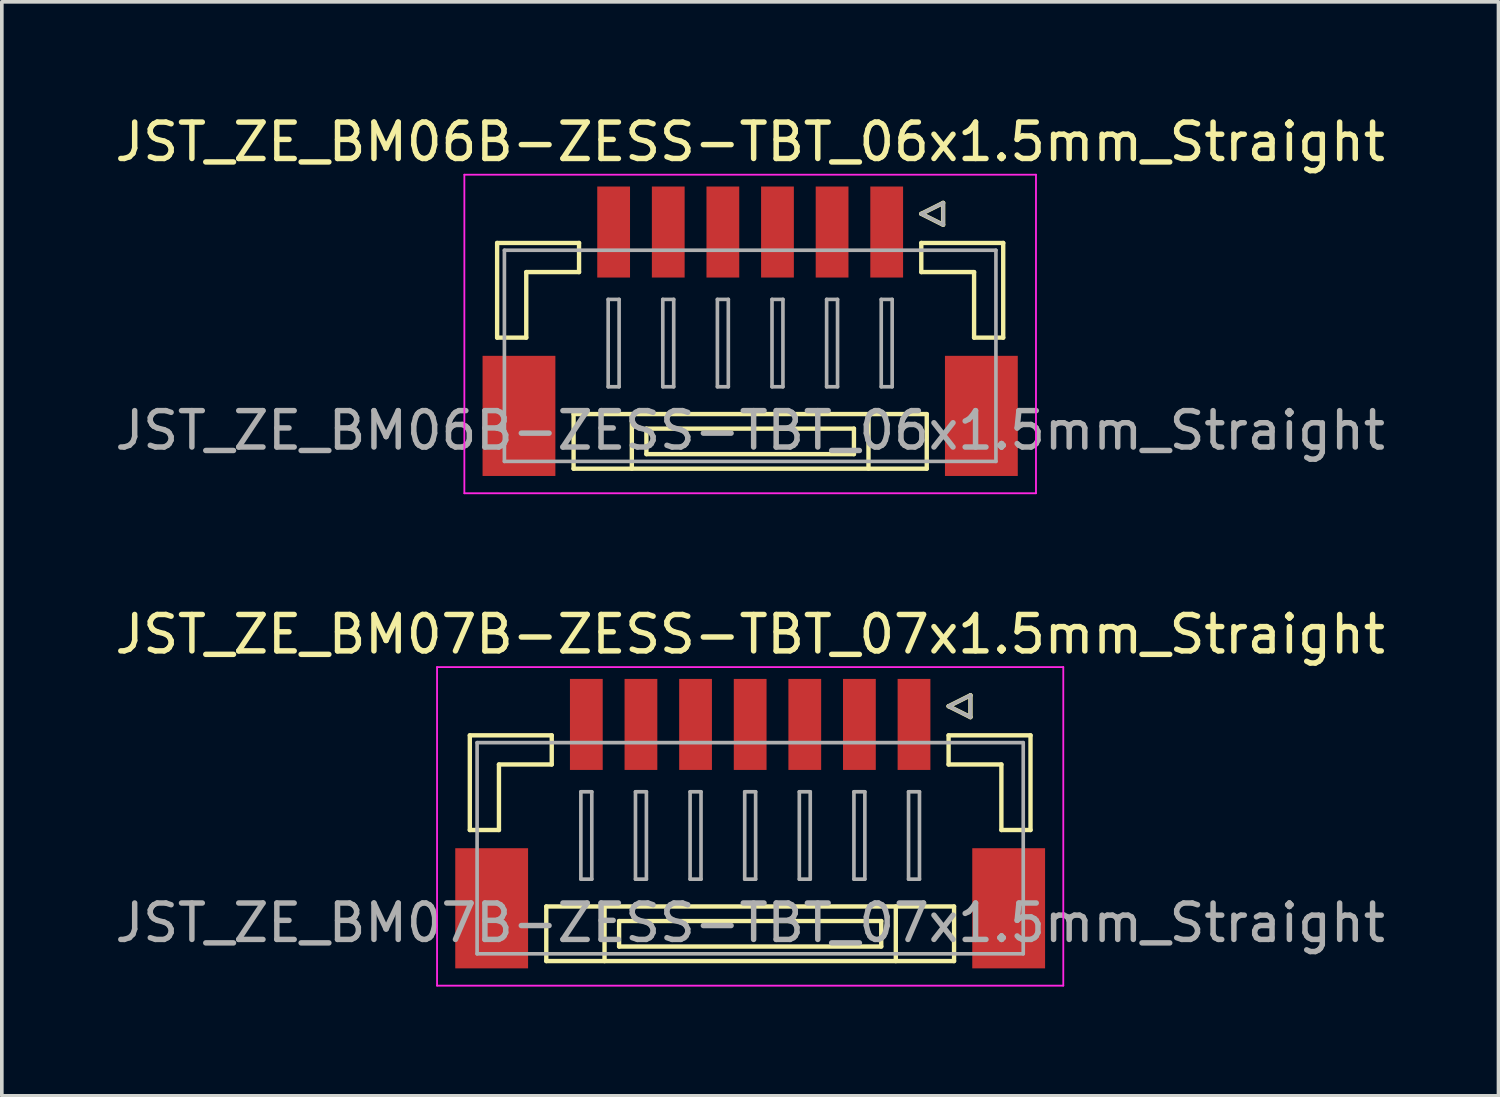
<source format=kicad_pcb>
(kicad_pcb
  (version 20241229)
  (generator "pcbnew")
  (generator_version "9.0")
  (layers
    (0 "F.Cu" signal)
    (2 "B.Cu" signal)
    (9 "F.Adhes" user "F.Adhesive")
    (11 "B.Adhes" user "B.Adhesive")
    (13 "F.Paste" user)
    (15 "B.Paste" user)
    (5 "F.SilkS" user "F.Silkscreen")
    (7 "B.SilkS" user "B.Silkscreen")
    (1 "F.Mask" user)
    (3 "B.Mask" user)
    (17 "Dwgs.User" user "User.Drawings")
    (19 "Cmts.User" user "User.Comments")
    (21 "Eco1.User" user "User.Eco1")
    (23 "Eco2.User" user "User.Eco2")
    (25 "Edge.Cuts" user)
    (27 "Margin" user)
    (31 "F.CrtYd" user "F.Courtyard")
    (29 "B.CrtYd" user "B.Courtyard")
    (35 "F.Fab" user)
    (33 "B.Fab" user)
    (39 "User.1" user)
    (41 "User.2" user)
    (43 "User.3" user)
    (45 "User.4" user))
  (footprint "JST_ZE_BM07B-ZESS-TBT_07x1.5mm_Straight"
    (layer "F.Cu")
    (at 17.554 19.372)
    (property "Reference" "JST_ZE_BM07B-ZESS-TBT_07x1.5mm_Straight" (at 0 -5 0) (layer "F.SilkS") (effects (font (size 1 1) (thickness 0.15))))
    (attr smd)
    (fp_line (start -7.7 -2.225) (end -7.7 0.375) (stroke (width 0.12) (type solid)) (layer "F.SilkS"))
    (fp_line (start -7.7 0.375) (end -6.9 0.375) (stroke (width 0.12) (type solid)) (layer "F.SilkS"))
    (fp_line (start -6.9 -1.425) (end -5.45 -1.425) (stroke (width 0.12) (type solid)) (layer "F.SilkS"))
    (fp_line (start -6.9 0.375) (end -6.9 -1.425) (stroke (width 0.12) (type solid)) (layer "F.SilkS"))
    (fp_line (start -5.6 2.475) (end -5.6 3.975) (stroke (width 0.12) (type solid)) (layer "F.SilkS"))
    (fp_line (start -5.6 3.975) (end 5.6 3.975) (stroke (width 0.12) (type solid)) (layer "F.SilkS"))
    (fp_line (start -5.45 -2.225) (end -7.7 -2.225) (stroke (width 0.12) (type solid)) (layer "F.SilkS"))
    (fp_line (start -5.45 -1.425) (end -5.45 -2.225) (stroke (width 0.12) (type solid)) (layer "F.SilkS"))
    (fp_line (start -4 2.475) (end -4 3.975) (stroke (width 0.12) (type solid)) (layer "F.SilkS"))
    (fp_line (start -3.6 2.875) (end -3.6 3.575) (stroke (width 0.12) (type solid)) (layer "F.SilkS"))
    (fp_line (start -3.6 3.575) (end 3.6 3.575) (stroke (width 0.12) (type solid)) (layer "F.SilkS"))
    (fp_line (start 3.6 2.875) (end -3.6 2.875) (stroke (width 0.12) (type solid)) (layer "F.SilkS"))
    (fp_line (start 3.6 3.575) (end 3.6 2.875) (stroke (width 0.12) (type solid)) (layer "F.SilkS"))
    (fp_line (start 4 2.475) (end 4 3.975) (stroke (width 0.12) (type solid)) (layer "F.SilkS"))
    (fp_line (start 5.45 -3.025) (end 6.05 -3.325) (stroke (width 0.12) (type solid)) (layer "F.SilkS"))
    (fp_line (start 5.45 -2.225) (end 7.7 -2.225) (stroke (width 0.12) (type solid)) (layer "F.SilkS"))
    (fp_line (start 5.45 -1.425) (end 5.45 -2.225) (stroke (width 0.12) (type solid)) (layer "F.SilkS"))
    (fp_line (start 5.6 2.475) (end -5.6 2.475) (stroke (width 0.12) (type solid)) (layer "F.SilkS"))
    (fp_line (start 5.6 3.975) (end 5.6 2.475) (stroke (width 0.12) (type solid)) (layer "F.SilkS"))
    (fp_line (start 6.05 -3.325) (end 6.05 -2.725) (stroke (width 0.12) (type solid)) (layer "F.SilkS"))
    (fp_line (start 6.05 -2.725) (end 5.45 -3.025) (stroke (width 0.12) (type solid)) (layer "F.SilkS"))
    (fp_line (start 6.9 -1.425) (end 5.45 -1.425) (stroke (width 0.12) (type solid)) (layer "F.SilkS"))
    (fp_line (start 6.9 0.375) (end 6.9 -1.425) (stroke (width 0.12) (type solid)) (layer "F.SilkS"))
    (fp_line (start 7.7 -2.225) (end 7.7 0.375) (stroke (width 0.12) (type solid)) (layer "F.SilkS"))
    (fp_line (start 7.7 0.375) (end 6.9 0.375) (stroke (width 0.12) (type solid)) (layer "F.SilkS"))
    (fp_line (start -8.6 -4.1) (end -8.6 4.65) (stroke (width 0.05) (type solid)) (layer "F.CrtYd"))
    (fp_line (start -8.6 4.65) (end 8.6 4.65) (stroke (width 0.05) (type solid)) (layer "F.CrtYd"))
    (fp_line (start 8.6 -4.1) (end -8.6 -4.1) (stroke (width 0.05) (type solid)) (layer "F.CrtYd"))
    (fp_line (start 8.6 4.65) (end 8.6 -4.1) (stroke (width 0.05) (type solid)) (layer "F.CrtYd"))
    (fp_line (start -7.5 -2.025) (end -7.5 3.775) (stroke (width 0.1) (type solid)) (layer "F.Fab"))
    (fp_line (start -7.5 3.775) (end 7.5 3.775) (stroke (width 0.1) (type solid)) (layer "F.Fab"))
    (fp_line (start -4.65 -0.675) (end -4.65 1.725) (stroke (width 0.1) (type solid)) (layer "F.Fab"))
    (fp_line (start -4.65 1.725) (end -4.35 1.725) (stroke (width 0.1) (type solid)) (layer "F.Fab"))
    (fp_line (start -4.35 -0.675) (end -4.65 -0.675) (stroke (width 0.1) (type solid)) (layer "F.Fab"))
    (fp_line (start -4.35 1.725) (end -4.35 -0.675) (stroke (width 0.1) (type solid)) (layer "F.Fab"))
    (fp_line (start -3.15 -0.675) (end -3.15 1.725) (stroke (width 0.1) (type solid)) (layer "F.Fab"))
    (fp_line (start -3.15 1.725) (end -2.85 1.725) (stroke (width 0.1) (type solid)) (layer "F.Fab"))
    (fp_line (start -2.85 -0.675) (end -3.15 -0.675) (stroke (width 0.1) (type solid)) (layer "F.Fab"))
    (fp_line (start -2.85 1.725) (end -2.85 -0.675) (stroke (width 0.1) (type solid)) (layer "F.Fab"))
    (fp_line (start -1.65 -0.675) (end -1.65 1.725) (stroke (width 0.1) (type solid)) (layer "F.Fab"))
    (fp_line (start -1.65 1.725) (end -1.35 1.725) (stroke (width 0.1) (type solid)) (layer "F.Fab"))
    (fp_line (start -1.35 -0.675) (end -1.65 -0.675) (stroke (width 0.1) (type solid)) (layer "F.Fab"))
    (fp_line (start -1.35 1.725) (end -1.35 -0.675) (stroke (width 0.1) (type solid)) (layer "F.Fab"))
    (fp_line (start -0.15 -0.675) (end -0.15 1.725) (stroke (width 0.1) (type solid)) (layer "F.Fab"))
    (fp_line (start -0.15 1.725) (end 0.15 1.725) (stroke (width 0.1) (type solid)) (layer "F.Fab"))
    (fp_line (start 0.15 -0.675) (end -0.15 -0.675) (stroke (width 0.1) (type solid)) (layer "F.Fab"))
    (fp_line (start 0.15 1.725) (end 0.15 -0.675) (stroke (width 0.1) (type solid)) (layer "F.Fab"))
    (fp_line (start 1.35 -0.675) (end 1.35 1.725) (stroke (width 0.1) (type solid)) (layer "F.Fab"))
    (fp_line (start 1.35 1.725) (end 1.65 1.725) (stroke (width 0.1) (type solid)) (layer "F.Fab"))
    (fp_line (start 1.65 -0.675) (end 1.35 -0.675) (stroke (width 0.1) (type solid)) (layer "F.Fab"))
    (fp_line (start 1.65 1.725) (end 1.65 -0.675) (stroke (width 0.1) (type solid)) (layer "F.Fab"))
    (fp_line (start 2.85 -0.675) (end 2.85 1.725) (stroke (width 0.1) (type solid)) (layer "F.Fab"))
    (fp_line (start 2.85 1.725) (end 3.15 1.725) (stroke (width 0.1) (type solid)) (layer "F.Fab"))
    (fp_line (start 3.15 -0.675) (end 2.85 -0.675) (stroke (width 0.1) (type solid)) (layer "F.Fab"))
    (fp_line (start 3.15 1.725) (end 3.15 -0.675) (stroke (width 0.1) (type solid)) (layer "F.Fab"))
    (fp_line (start 4.35 -0.675) (end 4.35 1.725) (stroke (width 0.1) (type solid)) (layer "F.Fab"))
    (fp_line (start 4.35 1.725) (end 4.65 1.725) (stroke (width 0.1) (type solid)) (layer "F.Fab"))
    (fp_line (start 4.65 -0.675) (end 4.35 -0.675) (stroke (width 0.1) (type solid)) (layer "F.Fab"))
    (fp_line (start 4.65 1.725) (end 4.65 -0.675) (stroke (width 0.1) (type solid)) (layer "F.Fab"))
    (fp_line (start 5.45 -3.025) (end 6.05 -3.325) (stroke (width 0.1) (type solid)) (layer "F.Fab"))
    (fp_line (start 6.05 -3.325) (end 6.05 -2.725) (stroke (width 0.1) (type solid)) (layer "F.Fab"))
    (fp_line (start 6.05 -2.725) (end 5.45 -3.025) (stroke (width 0.1) (type solid)) (layer "F.Fab"))
    (fp_line (start 7.5 -2.025) (end -7.5 -2.025) (stroke (width 0.1) (type solid)) (layer "F.Fab"))
    (fp_line (start 7.5 3.775) (end 7.5 -2.025) (stroke (width 0.1) (type solid)) (layer "F.Fab"))
    (fp_text user "${REFERENCE}" (at 0 2.925 0) (layer "F.Fab") (effects (font (size 1 1) (thickness 0.15))))
    (pad "" smd rect (at -7.1 2.525) (size 2 3.3) (layers "F.Cu" "F.Mask" "F.Paste"))
    (pad "" smd rect (at 7.1 2.525) (size 2 3.3) (layers "F.Cu" "F.Mask" "F.Paste"))
    (pad "1" smd rect (at 4.5 -2.525) (size 0.9 2.5) (layers "F.Cu" "F.Mask" "F.Paste"))
    (pad "2" smd rect (at 3 -2.525) (size 0.9 2.5) (layers "F.Cu" "F.Mask" "F.Paste"))
    (pad "3" smd rect (at 1.5 -2.525) (size 0.9 2.5) (layers "F.Cu" "F.Mask" "F.Paste"))
    (pad "4" smd rect (at 0 -2.525) (size 0.9 2.5) (layers "F.Cu" "F.Mask" "F.Paste"))
    (pad "5" smd rect (at -1.5 -2.525) (size 0.9 2.5) (layers "F.Cu" "F.Mask" "F.Paste"))
    (pad "6" smd rect (at -3 -2.525) (size 0.9 2.5) (layers "F.Cu" "F.Mask" "F.Paste"))
    (pad "7" smd rect (at -4.5 -2.525) (size 0.9 2.5) (layers "F.Cu" "F.Mask" "F.Paste")))
  (footprint "JST_ZE_BM06B-ZESS-TBT_06x1.5mm_Straight"
    (layer "F.Cu")
    (at 17.554 5.848)
    (property "Reference" "JST_ZE_BM06B-ZESS-TBT_06x1.5mm_Straight" (at 0 -5 0) (layer "F.SilkS") (effects (font (size 1 1) (thickness 0.15))))
    (attr smd)
    (fp_line (start -6.95 -2.225) (end -6.95 0.375) (stroke (width 0.12) (type solid)) (layer "F.SilkS"))
    (fp_line (start -6.95 0.375) (end -6.15 0.375) (stroke (width 0.12) (type solid)) (layer "F.SilkS"))
    (fp_line (start -6.15 -1.425) (end -4.7 -1.425) (stroke (width 0.12) (type solid)) (layer "F.SilkS"))
    (fp_line (start -6.15 0.375) (end -6.15 -1.425) (stroke (width 0.12) (type solid)) (layer "F.SilkS"))
    (fp_line (start -4.85 2.475) (end -4.85 3.975) (stroke (width 0.12) (type solid)) (layer "F.SilkS"))
    (fp_line (start -4.85 3.975) (end 4.85 3.975) (stroke (width 0.12) (type solid)) (layer "F.SilkS"))
    (fp_line (start -4.7 -2.225) (end -6.95 -2.225) (stroke (width 0.12) (type solid)) (layer "F.SilkS"))
    (fp_line (start -4.7 -1.425) (end -4.7 -2.225) (stroke (width 0.12) (type solid)) (layer "F.SilkS"))
    (fp_line (start -3.25 2.475) (end -3.25 3.975) (stroke (width 0.12) (type solid)) (layer "F.SilkS"))
    (fp_line (start -2.85 2.875) (end -2.85 3.575) (stroke (width 0.12) (type solid)) (layer "F.SilkS"))
    (fp_line (start -2.85 3.575) (end 2.85 3.575) (stroke (width 0.12) (type solid)) (layer "F.SilkS"))
    (fp_line (start 2.85 2.875) (end -2.85 2.875) (stroke (width 0.12) (type solid)) (layer "F.SilkS"))
    (fp_line (start 2.85 3.575) (end 2.85 2.875) (stroke (width 0.12) (type solid)) (layer "F.SilkS"))
    (fp_line (start 3.25 2.475) (end 3.25 3.975) (stroke (width 0.12) (type solid)) (layer "F.SilkS"))
    (fp_line (start 4.7 -3.025) (end 5.3 -3.325) (stroke (width 0.12) (type solid)) (layer "F.SilkS"))
    (fp_line (start 4.7 -2.225) (end 6.95 -2.225) (stroke (width 0.12) (type solid)) (layer "F.SilkS"))
    (fp_line (start 4.7 -1.425) (end 4.7 -2.225) (stroke (width 0.12) (type solid)) (layer "F.SilkS"))
    (fp_line (start 4.85 2.475) (end -4.85 2.475) (stroke (width 0.12) (type solid)) (layer "F.SilkS"))
    (fp_line (start 4.85 3.975) (end 4.85 2.475) (stroke (width 0.12) (type solid)) (layer "F.SilkS"))
    (fp_line (start 5.3 -3.325) (end 5.3 -2.725) (stroke (width 0.12) (type solid)) (layer "F.SilkS"))
    (fp_line (start 5.3 -2.725) (end 4.7 -3.025) (stroke (width 0.12) (type solid)) (layer "F.SilkS"))
    (fp_line (start 6.15 -1.425) (end 4.7 -1.425) (stroke (width 0.12) (type solid)) (layer "F.SilkS"))
    (fp_line (start 6.15 0.375) (end 6.15 -1.425) (stroke (width 0.12) (type solid)) (layer "F.SilkS"))
    (fp_line (start 6.95 -2.225) (end 6.95 0.375) (stroke (width 0.12) (type solid)) (layer "F.SilkS"))
    (fp_line (start 6.95 0.375) (end 6.15 0.375) (stroke (width 0.12) (type solid)) (layer "F.SilkS"))
    (fp_line (start -7.85 -4.1) (end -7.85 4.65) (stroke (width 0.05) (type solid)) (layer "F.CrtYd"))
    (fp_line (start -7.85 4.65) (end 7.85 4.65) (stroke (width 0.05) (type solid)) (layer "F.CrtYd"))
    (fp_line (start 7.85 -4.1) (end -7.85 -4.1) (stroke (width 0.05) (type solid)) (layer "F.CrtYd"))
    (fp_line (start 7.85 4.65) (end 7.85 -4.1) (stroke (width 0.05) (type solid)) (layer "F.CrtYd"))
    (fp_line (start -6.75 -2.025) (end -6.75 3.775) (stroke (width 0.1) (type solid)) (layer "F.Fab"))
    (fp_line (start -6.75 3.775) (end 6.75 3.775) (stroke (width 0.1) (type solid)) (layer "F.Fab"))
    (fp_line (start -3.9 -0.675) (end -3.9 1.725) (stroke (width 0.1) (type solid)) (layer "F.Fab"))
    (fp_line (start -3.9 1.725) (end -3.6 1.725) (stroke (width 0.1) (type solid)) (layer "F.Fab"))
    (fp_line (start -3.6 -0.675) (end -3.9 -0.675) (stroke (width 0.1) (type solid)) (layer "F.Fab"))
    (fp_line (start -3.6 1.725) (end -3.6 -0.675) (stroke (width 0.1) (type solid)) (layer "F.Fab"))
    (fp_line (start -2.4 -0.675) (end -2.4 1.725) (stroke (width 0.1) (type solid)) (layer "F.Fab"))
    (fp_line (start -2.4 1.725) (end -2.1 1.725) (stroke (width 0.1) (type solid)) (layer "F.Fab"))
    (fp_line (start -2.1 -0.675) (end -2.4 -0.675) (stroke (width 0.1) (type solid)) (layer "F.Fab"))
    (fp_line (start -2.1 1.725) (end -2.1 -0.675) (stroke (width 0.1) (type solid)) (layer "F.Fab"))
    (fp_line (start -0.9 -0.675) (end -0.9 1.725) (stroke (width 0.1) (type solid)) (layer "F.Fab"))
    (fp_line (start -0.9 1.725) (end -0.6 1.725) (stroke (width 0.1) (type solid)) (layer "F.Fab"))
    (fp_line (start -0.6 -0.675) (end -0.9 -0.675) (stroke (width 0.1) (type solid)) (layer "F.Fab"))
    (fp_line (start -0.6 1.725) (end -0.6 -0.675) (stroke (width 0.1) (type solid)) (layer "F.Fab"))
    (fp_line (start 0.6 -0.675) (end 0.6 1.725) (stroke (width 0.1) (type solid)) (layer "F.Fab"))
    (fp_line (start 0.6 1.725) (end 0.9 1.725) (stroke (width 0.1) (type solid)) (layer "F.Fab"))
    (fp_line (start 0.9 -0.675) (end 0.6 -0.675) (stroke (width 0.1) (type solid)) (layer "F.Fab"))
    (fp_line (start 0.9 1.725) (end 0.9 -0.675) (stroke (width 0.1) (type solid)) (layer "F.Fab"))
    (fp_line (start 2.1 -0.675) (end 2.1 1.725) (stroke (width 0.1) (type solid)) (layer "F.Fab"))
    (fp_line (start 2.1 1.725) (end 2.4 1.725) (stroke (width 0.1) (type solid)) (layer "F.Fab"))
    (fp_line (start 2.4 -0.675) (end 2.1 -0.675) (stroke (width 0.1) (type solid)) (layer "F.Fab"))
    (fp_line (start 2.4 1.725) (end 2.4 -0.675) (stroke (width 0.1) (type solid)) (layer "F.Fab"))
    (fp_line (start 3.6 -0.675) (end 3.6 1.725) (stroke (width 0.1) (type solid)) (layer "F.Fab"))
    (fp_line (start 3.6 1.725) (end 3.9 1.725) (stroke (width 0.1) (type solid)) (layer "F.Fab"))
    (fp_line (start 3.9 -0.675) (end 3.6 -0.675) (stroke (width 0.1) (type solid)) (layer "F.Fab"))
    (fp_line (start 3.9 1.725) (end 3.9 -0.675) (stroke (width 0.1) (type solid)) (layer "F.Fab"))
    (fp_line (start 4.7 -3.025) (end 5.3 -3.325) (stroke (width 0.1) (type solid)) (layer "F.Fab"))
    (fp_line (start 5.3 -3.325) (end 5.3 -2.725) (stroke (width 0.1) (type solid)) (layer "F.Fab"))
    (fp_line (start 5.3 -2.725) (end 4.7 -3.025) (stroke (width 0.1) (type solid)) (layer "F.Fab"))
    (fp_line (start 6.75 -2.025) (end -6.75 -2.025) (stroke (width 0.1) (type solid)) (layer "F.Fab"))
    (fp_line (start 6.75 3.775) (end 6.75 -2.025) (stroke (width 0.1) (type solid)) (layer "F.Fab"))
    (fp_text user "${REFERENCE}" (at 0 2.925 0) (layer "F.Fab") (effects (font (size 1 1) (thickness 0.15))))
    (pad "" smd rect (at -6.35 2.525) (size 2 3.3) (layers "F.Cu" "F.Mask" "F.Paste"))
    (pad "" smd rect (at 6.35 2.525) (size 2 3.3) (layers "F.Cu" "F.Mask" "F.Paste"))
    (pad "1" smd rect (at 3.75 -2.525) (size 0.9 2.5) (layers "F.Cu" "F.Mask" "F.Paste"))
    (pad "2" smd rect (at 2.25 -2.525) (size 0.9 2.5) (layers "F.Cu" "F.Mask" "F.Paste"))
    (pad "3" smd rect (at 0.75 -2.525) (size 0.9 2.5) (layers "F.Cu" "F.Mask" "F.Paste"))
    (pad "4" smd rect (at -0.75 -2.525) (size 0.9 2.5) (layers "F.Cu" "F.Mask" "F.Paste"))
    (pad "5" smd rect (at -2.25 -2.525) (size 0.9 2.5) (layers "F.Cu" "F.Mask" "F.Paste"))
    (pad "6" smd rect (at -3.75 -2.525) (size 0.9 2.5) (layers "F.Cu" "F.Mask" "F.Paste")))
  (gr_rect
    (start -3 -3)
    (end 38.107 27.047)
    (stroke (width 0.1) (type default))
    (fill no)
    (layer "Edge.Cuts")))
</source>
